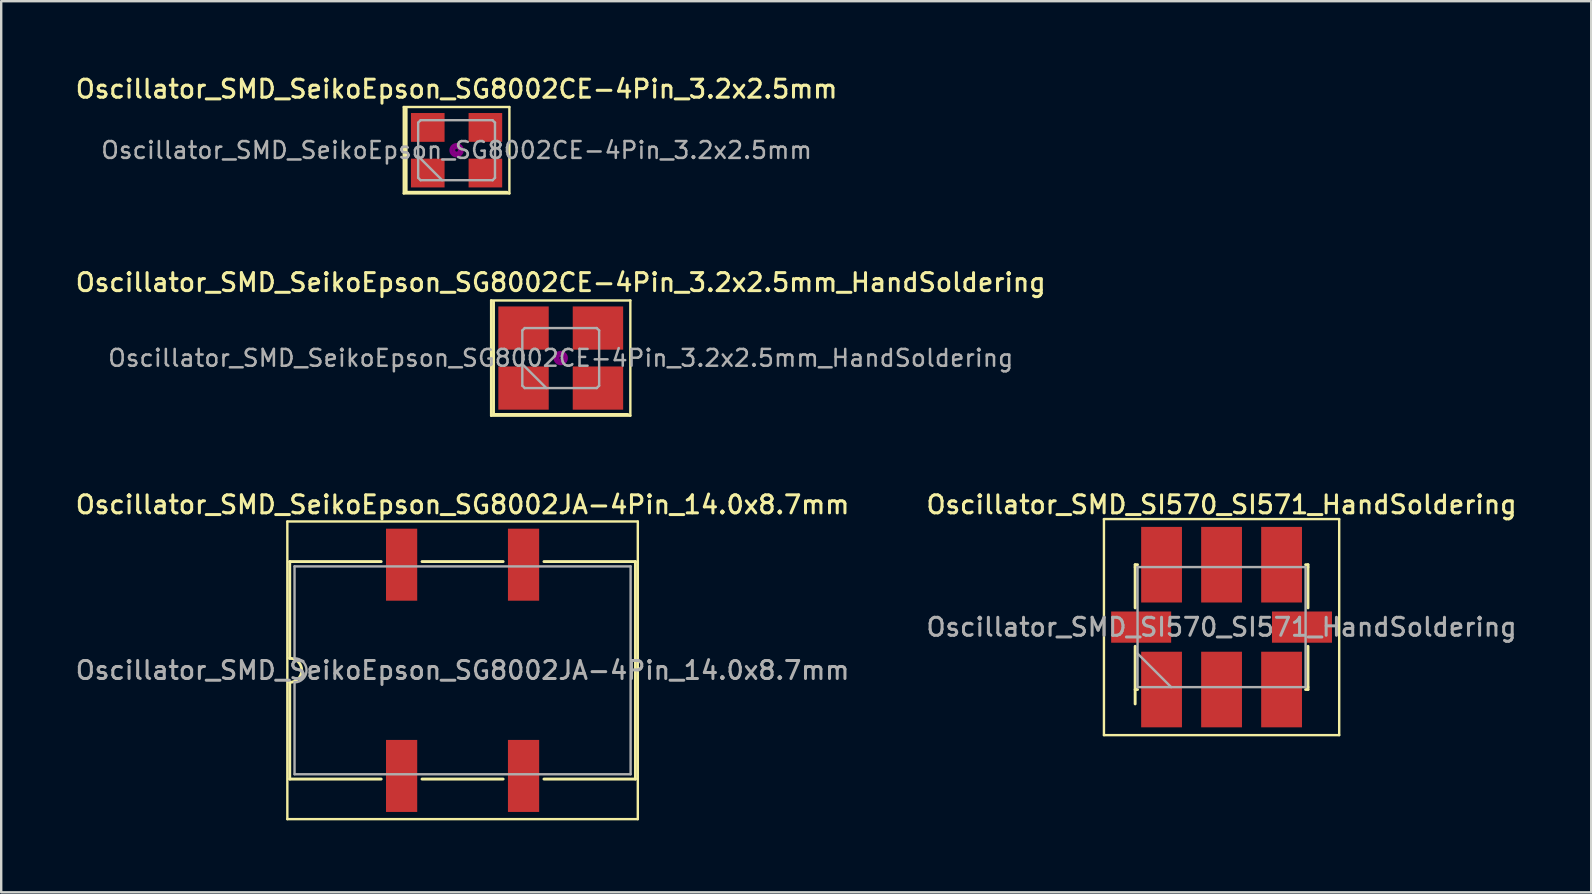
<source format=kicad_pcb>
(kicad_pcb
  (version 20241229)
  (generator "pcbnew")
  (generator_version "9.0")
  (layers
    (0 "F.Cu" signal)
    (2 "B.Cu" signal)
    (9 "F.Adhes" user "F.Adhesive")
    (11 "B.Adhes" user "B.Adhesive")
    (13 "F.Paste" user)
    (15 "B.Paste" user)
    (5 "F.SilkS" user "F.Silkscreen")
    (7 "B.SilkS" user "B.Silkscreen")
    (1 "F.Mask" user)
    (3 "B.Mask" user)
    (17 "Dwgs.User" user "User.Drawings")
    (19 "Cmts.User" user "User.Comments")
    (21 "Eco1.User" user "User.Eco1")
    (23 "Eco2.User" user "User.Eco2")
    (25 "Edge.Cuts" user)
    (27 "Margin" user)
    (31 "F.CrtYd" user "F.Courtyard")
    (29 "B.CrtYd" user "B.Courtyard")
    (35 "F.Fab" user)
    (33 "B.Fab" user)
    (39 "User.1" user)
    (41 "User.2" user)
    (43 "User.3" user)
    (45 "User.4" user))
  (footprint "Oscillator_SMD_SeikoEpson_SG8002CE-4Pin_3.2x2.5mm_HandSoldering"
    (layer "F.Cu")
    (at 20.309 11.866)
    (property "Reference" "Oscillator_SMD_SeikoEpson_SG8002CE-4Pin_3.2x2.5mm_HandSoldering" (at 0 -3.15 0) (layer "F.SilkS") (effects (font (size 0.75 0.75) (thickness 0.125))))
    (attr smd)
    (fp_line (start -2.9 -2.4) (end -2.9 2.4) (stroke (width 0.1) (type solid)) (layer "F.SilkS"))
    (fp_line (start -2.9 2.4) (end 2.9 2.4) (stroke (width 0.1) (type solid)) (layer "F.SilkS"))
    (fp_line (start -2.8 -2.35) (end -2.8 2.35) (stroke (width 0.12) (type solid)) (layer "F.SilkS"))
    (fp_line (start -2.8 2.35) (end 2.8 2.35) (stroke (width 0.12) (type solid)) (layer "F.SilkS"))
    (fp_line (start 2.9 -2.4) (end -2.9 -2.4) (stroke (width 0.1) (type solid)) (layer "F.SilkS"))
    (fp_line (start 2.9 2.4) (end 2.9 -2.4) (stroke (width 0.1) (type solid)) (layer "F.SilkS"))
    (fp_circle (center 0 0) (end 0.058 0) (stroke (width 0.117) (type solid)) (fill no) (layer "F.Adhes"))
    (fp_circle (center 0 0) (end 0.133 0) (stroke (width 0.083) (type solid)) (fill no) (layer "F.Adhes"))
    (fp_circle (center 0 0) (end 0.208 0) (stroke (width 0.083) (type solid)) (fill no) (layer "F.Adhes"))
    (fp_circle (center 0 0) (end 0.25 0) (stroke (width 0.1) (type solid)) (fill no) (layer "F.Adhes"))
    (fp_line (start -1.6 -1.15) (end -1.5 -1.25) (stroke (width 0.1) (type solid)) (layer "F.Fab"))
    (fp_line (start -1.6 0.25) (end -0.6 1.25) (stroke (width 0.1) (type solid)) (layer "F.Fab"))
    (fp_line (start -1.6 1.15) (end -1.6 -1.15) (stroke (width 0.1) (type solid)) (layer "F.Fab"))
    (fp_line (start -1.5 -1.25) (end 1.5 -1.25) (stroke (width 0.1) (type solid)) (layer "F.Fab"))
    (fp_line (start -1.5 1.25) (end -1.6 1.15) (stroke (width 0.1) (type solid)) (layer "F.Fab"))
    (fp_line (start 1.5 -1.25) (end 1.6 -1.15) (stroke (width 0.1) (type solid)) (layer "F.Fab"))
    (fp_line (start 1.5 1.25) (end -1.5 1.25) (stroke (width 0.1) (type solid)) (layer "F.Fab"))
    (fp_line (start 1.6 -1.15) (end 1.6 1.15) (stroke (width 0.1) (type solid)) (layer "F.Fab"))
    (fp_line (start 1.6 1.15) (end 1.5 1.25) (stroke (width 0.1) (type solid)) (layer "F.Fab"))
    (fp_text user "${REFERENCE}" (at 0 0 0) (layer "F.Fab") (effects (font (size 0.7 0.7) (thickness 0.105))))
    (pad "1" smd rect (at -1.55 1.25) (size 2.1 1.8) (layers "F.Cu" "F.Mask" "F.Paste"))
    (pad "2" smd rect (at 1.55 1.25) (size 2.1 1.8) (layers "F.Cu" "F.Mask" "F.Paste"))
    (pad "3" smd rect (at 1.55 -1.25) (size 2.1 1.8) (layers "F.Cu" "F.Mask" "F.Paste"))
    (pad "4" smd rect (at -1.55 -1.25) (size 2.1 1.8) (layers "F.Cu" "F.Mask" "F.Paste")))
  (footprint "Oscillator_SMD_SeikoEpson_SG8002JA-4Pin_14.0x8.7mm"
    (layer "F.Cu")
    (at 16.22 24.874)
    (property "Reference" "Oscillator_SMD_SeikoEpson_SG8002JA-4Pin_14.0x8.7mm" (at 0 -6.9 0) (layer "F.SilkS") (effects (font (size 0.75 0.75) (thickness 0.125))))
    (attr smd)
    (fp_line (start -7.3 -6.2) (end -7.3 6.2) (stroke (width 0.1) (type solid)) (layer "F.SilkS"))
    (fp_line (start -7.3 6.2) (end 7.3 6.2) (stroke (width 0.1) (type solid)) (layer "F.SilkS"))
    (fp_line (start -7.2 -4.53) (end -3.39 -4.53) (stroke (width 0.12) (type solid)) (layer "F.SilkS"))
    (fp_line (start -7.2 -0.5) (end -7.2 -4.53) (stroke (width 0.12) (type solid)) (layer "F.SilkS"))
    (fp_line (start -7.2 4.53) (end -7.2 0.5) (stroke (width 0.12) (type solid)) (layer "F.SilkS"))
    (fp_line (start -7.2 4.53) (end -3.39 4.53) (stroke (width 0.12) (type solid)) (layer "F.SilkS"))
    (fp_line (start -1.69 -4.53) (end 1.69 -4.53) (stroke (width 0.12) (type solid)) (layer "F.SilkS"))
    (fp_line (start 1.69 4.53) (end -1.69 4.53) (stroke (width 0.12) (type solid)) (layer "F.SilkS"))
    (fp_line (start 3.39 -4.53) (end 7.2 -4.53) (stroke (width 0.12) (type solid)) (layer "F.SilkS"))
    (fp_line (start 7.2 -4.53) (end 7.2 4.53) (stroke (width 0.12) (type solid)) (layer "F.SilkS"))
    (fp_line (start 7.2 4.53) (end 3.39 4.53) (stroke (width 0.12) (type solid)) (layer "F.SilkS"))
    (fp_line (start 7.3 -6.2) (end -7.3 -6.2) (stroke (width 0.1) (type solid)) (layer "F.SilkS"))
    (fp_line (start 7.3 6.2) (end 7.3 -6.2) (stroke (width 0.1) (type solid)) (layer "F.SilkS"))
    (fp_arc (start -7.2 -0.5) (mid -6.7 0) (end -7.2 0.5) (stroke (width 0.12) (type solid)) (layer "F.SilkS"))
    (fp_line (start -7 -4.33) (end 7 -4.33) (stroke (width 0.1) (type solid)) (layer "F.Fab"))
    (fp_line (start -7 -0.5) (end -7 -4.33) (stroke (width 0.1) (type solid)) (layer "F.Fab"))
    (fp_line (start -7 4.33) (end -7 0.5) (stroke (width 0.1) (type solid)) (layer "F.Fab"))
    (fp_line (start 7 -4.33) (end 7 4.33) (stroke (width 0.1) (type solid)) (layer "F.Fab"))
    (fp_line (start 7 4.33) (end -7 4.33) (stroke (width 0.1) (type solid)) (layer "F.Fab"))
    (fp_arc (start -7 -0.5) (mid -6.5 0) (end -7 0.5) (stroke (width 0.1) (type solid)) (layer "F.Fab"))
    (fp_text user "${REFERENCE}" (at 0 0 0) (layer "F.Fab") (effects (font (size 0.75 0.75) (thickness 0.125))))
    (pad "1" smd rect (at -2.54 4.4) (size 1.3 3) (layers "F.Cu" "F.Mask" "F.Paste"))
    (pad "2" smd rect (at 2.54 4.4) (size 1.3 3) (layers "F.Cu" "F.Mask" "F.Paste"))
    (pad "3" smd rect (at 2.54 -4.4) (size 1.3 3) (layers "F.Cu" "F.Mask" "F.Paste"))
    (pad "4" smd rect (at -2.54 -4.4) (size 1.3 3) (layers "F.Cu" "F.Mask" "F.Paste")))
  (footprint "Oscillator_SMD_SeikoEpson_SG8002CE-4Pin_3.2x2.5mm"
    (layer "F.Cu")
    (at 15.97 3.208)
    (property "Reference" "Oscillator_SMD_SeikoEpson_SG8002CE-4Pin_3.2x2.5mm" (at 0 -2.55 0) (layer "F.SilkS") (effects (font (size 0.75 0.75) (thickness 0.125))))
    (attr smd)
    (fp_line (start -2.2 -1.8) (end -2.2 1.8) (stroke (width 0.1) (type solid)) (layer "F.SilkS"))
    (fp_line (start -2.2 1.8) (end 2.2 1.8) (stroke (width 0.1) (type solid)) (layer "F.SilkS"))
    (fp_line (start -2.1 -1.75) (end -2.1 1.75) (stroke (width 0.12) (type solid)) (layer "F.SilkS"))
    (fp_line (start -2.1 1.75) (end 2.1 1.75) (stroke (width 0.12) (type solid)) (layer "F.SilkS"))
    (fp_line (start 2.2 -1.8) (end -2.2 -1.8) (stroke (width 0.1) (type solid)) (layer "F.SilkS"))
    (fp_line (start 2.2 1.8) (end 2.2 -1.8) (stroke (width 0.1) (type solid)) (layer "F.SilkS"))
    (fp_circle (center 0 0) (end 0.058 0) (stroke (width 0.117) (type solid)) (fill no) (layer "F.Adhes"))
    (fp_circle (center 0 0) (end 0.133 0) (stroke (width 0.083) (type solid)) (fill no) (layer "F.Adhes"))
    (fp_circle (center 0 0) (end 0.208 0) (stroke (width 0.083) (type solid)) (fill no) (layer "F.Adhes"))
    (fp_circle (center 0 0) (end 0.25 0) (stroke (width 0.1) (type solid)) (fill no) (layer "F.Adhes"))
    (fp_line (start -1.6 -1.15) (end -1.5 -1.25) (stroke (width 0.1) (type solid)) (layer "F.Fab"))
    (fp_line (start -1.6 0.25) (end -0.6 1.25) (stroke (width 0.1) (type solid)) (layer "F.Fab"))
    (fp_line (start -1.6 1.15) (end -1.6 -1.15) (stroke (width 0.1) (type solid)) (layer "F.Fab"))
    (fp_line (start -1.5 -1.25) (end 1.5 -1.25) (stroke (width 0.1) (type solid)) (layer "F.Fab"))
    (fp_line (start -1.5 1.25) (end -1.6 1.15) (stroke (width 0.1) (type solid)) (layer "F.Fab"))
    (fp_line (start 1.5 -1.25) (end 1.6 -1.15) (stroke (width 0.1) (type solid)) (layer "F.Fab"))
    (fp_line (start 1.5 1.25) (end -1.5 1.25) (stroke (width 0.1) (type solid)) (layer "F.Fab"))
    (fp_line (start 1.6 -1.15) (end 1.6 1.15) (stroke (width 0.1) (type solid)) (layer "F.Fab"))
    (fp_line (start 1.6 1.15) (end 1.5 1.25) (stroke (width 0.1) (type solid)) (layer "F.Fab"))
    (fp_text user "${REFERENCE}" (at 0 0 0) (layer "F.Fab") (effects (font (size 0.7 0.7) (thickness 0.105))))
    (pad "1" smd rect (at -1.2 0.95) (size 1.4 1.2) (layers "F.Cu" "F.Mask" "F.Paste"))
    (pad "2" smd rect (at 1.2 0.95) (size 1.4 1.2) (layers "F.Cu" "F.Mask" "F.Paste"))
    (pad "3" smd rect (at 1.2 -0.95) (size 1.4 1.2) (layers "F.Cu" "F.Mask" "F.Paste"))
    (pad "4" smd rect (at -1.2 -0.95) (size 1.4 1.2) (layers "F.Cu" "F.Mask" "F.Paste")))
  (footprint "Oscillator_SMD_SI570_SI571_HandSoldering"
    (layer "F.Cu")
    (at 47.838 23.074)
    (property "Reference" "Oscillator_SMD_SI570_SI571_HandSoldering" (at 0 -5.1 0) (layer "F.SilkS") (effects (font (size 0.75 0.75) (thickness 0.125))))
    (attr smd)
    (fp_line (start -4.9 -4.5) (end 4.9 -4.5) (stroke (width 0.1) (type solid)) (layer "F.SilkS"))
    (fp_line (start -4.9 4.5) (end -4.9 -4.5) (stroke (width 0.1) (type solid)) (layer "F.SilkS"))
    (fp_line (start -3.6 -2.6) (end -3.5 -2.6) (stroke (width 0.12) (type solid)) (layer "F.SilkS"))
    (fp_line (start -3.6 -2.5) (end -3.6 -2.6) (stroke (width 0.12) (type solid)) (layer "F.SilkS"))
    (fp_line (start -3.6 -2.5) (end -3.6 -0.8) (stroke (width 0.12) (type solid)) (layer "F.SilkS"))
    (fp_line (start -3.6 0.8) (end -3.6 3.2) (stroke (width 0.12) (type solid)) (layer "F.SilkS"))
    (fp_line (start -3.6 2.6) (end -3.5 2.6) (stroke (width 0.12) (type solid)) (layer "F.SilkS"))
    (fp_line (start 3.6 -2.6) (end 3.5 -2.6) (stroke (width 0.12) (type solid)) (layer "F.SilkS"))
    (fp_line (start 3.6 -2.5) (end 3.6 -2.6) (stroke (width 0.12) (type solid)) (layer "F.SilkS"))
    (fp_line (start 3.6 -0.8) (end 3.6 -2.5) (stroke (width 0.12) (type solid)) (layer "F.SilkS"))
    (fp_line (start 3.6 2.5) (end 3.6 0.8) (stroke (width 0.12) (type solid)) (layer "F.SilkS"))
    (fp_line (start 3.6 2.5) (end 3.6 2.6) (stroke (width 0.12) (type solid)) (layer "F.SilkS"))
    (fp_line (start 3.6 2.6) (end 3.5 2.6) (stroke (width 0.12) (type solid)) (layer "F.SilkS"))
    (fp_line (start 4.9 -4.5) (end 4.9 4.5) (stroke (width 0.1) (type solid)) (layer "F.SilkS"))
    (fp_line (start 4.9 4.5) (end -4.9 4.5) (stroke (width 0.1) (type solid)) (layer "F.SilkS"))
    (fp_line (start -3.5 -2.5) (end -3.5 2.5) (stroke (width 0.1) (type solid)) (layer "F.Fab"))
    (fp_line (start -3.5 1.1) (end -2.1 2.5) (stroke (width 0.1) (type solid)) (layer "F.Fab"))
    (fp_line (start -3.5 2.5) (end 3.5 2.5) (stroke (width 0.1) (type solid)) (layer "F.Fab"))
    (fp_line (start 3.5 -2.5) (end -3.5 -2.5) (stroke (width 0.1) (type solid)) (layer "F.Fab"))
    (fp_line (start 3.5 2.5) (end 3.5 -2.5) (stroke (width 0.1) (type solid)) (layer "F.Fab"))
    (fp_text user "${REFERENCE}" (at 0 0 0) (layer "F.Fab") (effects (font (size 0.75 0.75) (thickness 0.125))))
    (pad "1" smd rect (at -2.5 2.6) (size 1.7 3.15) (layers "F.Cu" "F.Mask" "F.Paste"))
    (pad "2" smd rect (at 0 2.6) (size 1.7 3.15) (layers "F.Cu" "F.Mask" "F.Paste"))
    (pad "3" smd rect (at 2.5 2.6) (size 1.7 3.15) (layers "F.Cu" "F.Mask" "F.Paste"))
    (pad "4" smd rect (at 2.5 -2.6) (size 1.7 3.15) (layers "F.Cu" "F.Mask" "F.Paste"))
    (pad "5" smd rect (at 0 -2.6) (size 1.7 3.15) (layers "F.Cu" "F.Mask" "F.Paste"))
    (pad "6" smd rect (at -2.5 -2.6) (size 1.7 3.15) (layers "F.Cu" "F.Mask" "F.Paste"))
    (pad "7" smd rect (at -3.35 0) (size 2.5 1.3) (layers "F.Cu" "F.Mask" "F.Paste"))
    (pad "8" smd rect (at 3.35 0) (size 2.5 1.3) (layers "F.Cu" "F.Mask" "F.Paste")))
  (gr_rect
    (start -3 -3)
    (end 63.236 34.124)
    (stroke (width 0.1) (type default))
    (fill no)
    (layer "Edge.Cuts")))
</source>
